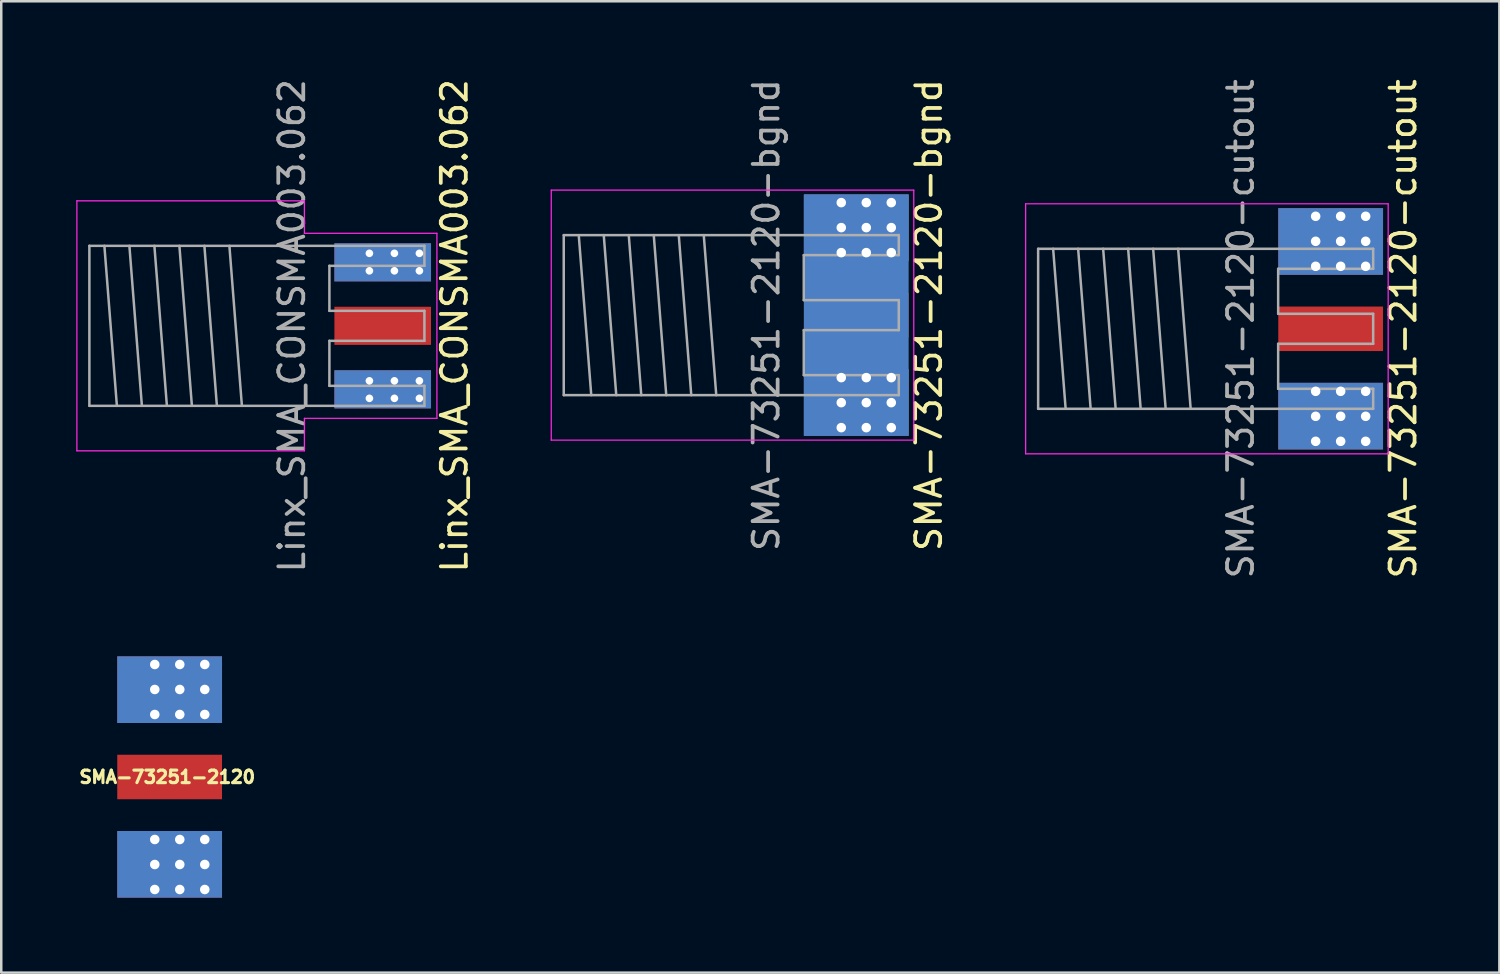
<source format=kicad_pcb>
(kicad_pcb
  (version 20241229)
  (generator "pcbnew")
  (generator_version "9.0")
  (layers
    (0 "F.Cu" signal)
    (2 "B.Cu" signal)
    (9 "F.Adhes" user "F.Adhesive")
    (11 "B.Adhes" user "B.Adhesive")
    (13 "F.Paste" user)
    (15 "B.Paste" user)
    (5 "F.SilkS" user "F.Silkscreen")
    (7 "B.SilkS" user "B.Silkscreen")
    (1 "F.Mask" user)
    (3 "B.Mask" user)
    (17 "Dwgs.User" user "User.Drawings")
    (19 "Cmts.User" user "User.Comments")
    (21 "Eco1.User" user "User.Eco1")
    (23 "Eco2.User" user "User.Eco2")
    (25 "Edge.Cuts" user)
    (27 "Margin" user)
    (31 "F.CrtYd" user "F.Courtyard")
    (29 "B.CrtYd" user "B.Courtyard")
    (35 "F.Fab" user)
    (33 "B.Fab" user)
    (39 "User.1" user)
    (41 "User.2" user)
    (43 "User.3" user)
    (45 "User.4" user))
  (footprint "Linx_SMA_CONSMA003.062"
    (layer "F.Cu")
    (at 10.125 9.982)
    (property "Reference" "Linx_SMA_CONSMA003.062" (at 5 0 90) (layer "F.SilkS") (effects (font (size 1 1) (thickness 0.15))))
    (attr through_hole)
    (fp_line (start -10.1 -5) (end -10.1 5) (stroke (width 0.05) (type solid)) (layer "F.CrtYd"))
    (fp_line (start -10.1 -5) (end -1 -5) (stroke (width 0.05) (type solid)) (layer "F.CrtYd"))
    (fp_line (start -10.1 5) (end -1 5) (stroke (width 0.05) (type solid)) (layer "F.CrtYd"))
    (fp_line (start -1 -5) (end -1 -3.7) (stroke (width 0.05) (type solid)) (layer "F.CrtYd"))
    (fp_line (start -1 3.7) (end 4.3 3.7) (stroke (width 0.05) (type solid)) (layer "F.CrtYd"))
    (fp_line (start -1 5) (end -1 3.7) (stroke (width 0.05) (type solid)) (layer "F.CrtYd"))
    (fp_line (start 4.3 -3.7) (end -1 -3.7) (stroke (width 0.05) (type solid)) (layer "F.CrtYd"))
    (fp_line (start 4.3 3.7) (end 4.3 -3.7) (stroke (width 0.05) (type solid)) (layer "F.CrtYd"))
    (fp_line (start -9.6 -3.2) (end 3.8 -3.2) (stroke (width 0.1) (type solid)) (layer "F.Fab"))
    (fp_line (start -9.6 3.2) (end -9.6 -3.2) (stroke (width 0.1) (type solid)) (layer "F.Fab"))
    (fp_line (start -9.6 3.2) (end 3.8 3.2) (stroke (width 0.1) (type solid)) (layer "F.Fab"))
    (fp_line (start -9 -3.2) (end -8.5 3.2) (stroke (width 0.1) (type solid)) (layer "F.Fab"))
    (fp_line (start -8 -3.2) (end -7.5 3.2) (stroke (width 0.1) (type solid)) (layer "F.Fab"))
    (fp_line (start -7 -3.2) (end -6.5 3.2) (stroke (width 0.1) (type solid)) (layer "F.Fab"))
    (fp_line (start -6 -3.2) (end -5.5 3.2) (stroke (width 0.1) (type solid)) (layer "F.Fab"))
    (fp_line (start -5 -3.2) (end -4.5 3.2) (stroke (width 0.1) (type solid)) (layer "F.Fab"))
    (fp_line (start -4 -3.2) (end -3.5 3.2) (stroke (width 0.1) (type solid)) (layer "F.Fab"))
    (fp_line (start 0 -2.4) (end 3.8 -2.4) (stroke (width 0.1) (type solid)) (layer "F.Fab"))
    (fp_line (start 0 -0.6) (end 0 -2.4) (stroke (width 0.1) (type solid)) (layer "F.Fab"))
    (fp_line (start 0 0.6) (end 3.8 0.6) (stroke (width 0.1) (type solid)) (layer "F.Fab"))
    (fp_line (start 0 2.4) (end 0 0.6) (stroke (width 0.1) (type solid)) (layer "F.Fab"))
    (fp_line (start 3.8 -2.4) (end 3.8 -3.2) (stroke (width 0.1) (type solid)) (layer "F.Fab"))
    (fp_line (start 3.8 -0.6) (end 0 -0.6) (stroke (width 0.1) (type solid)) (layer "F.Fab"))
    (fp_line (start 3.8 0.6) (end 3.8 -0.6) (stroke (width 0.1) (type solid)) (layer "F.Fab"))
    (fp_line (start 3.8 2.4) (end 0 2.4) (stroke (width 0.1) (type solid)) (layer "F.Fab"))
    (fp_line (start 3.8 3.2) (end 3.8 2.4) (stroke (width 0.1) (type solid)) (layer "F.Fab"))
    (fp_text user "${REFERENCE}" (at -1.5 0 90) (layer "F.Fab") (effects (font (size 1 1) (thickness 0.15))))
    (pad "1" connect rect (at 2.132 0) (size 3.864 1.524) (layers "F.Cu" "F.Mask"))
    (pad "2" thru_hole circle (at 1.6 -2.9) (size 0.762 0.762) (drill 0.305) (layers "*.Cu" "*.Mask"))
    (pad "2" thru_hole circle (at 1.6 -2.2) (size 0.762 0.762) (drill 0.305) (layers "*.Cu" "*.Mask"))
    (pad "2" thru_hole circle (at 1.6 2.2) (size 0.762 0.762) (drill 0.305) (layers "*.Cu" "*.Mask"))
    (pad "2" thru_hole circle (at 1.6 2.9) (size 0.762 0.762) (drill 0.305) (layers "*.Cu" "*.Mask"))
    (pad "2" connect rect (at 2.132 -2.54) (size 3.864 1.524) (layers "F.Cu" "F.Mask"))
    (pad "2" connect rect (at 2.132 -2.54) (size 3.864 1.524) (layers "B.Cu" "B.Mask"))
    (pad "2" connect rect (at 2.132 2.54) (size 3.864 1.524) (layers "F.Cu" "F.Mask"))
    (pad "2" connect rect (at 2.132 2.54) (size 3.864 1.524) (layers "B.Cu" "B.Mask"))
    (pad "2" thru_hole circle (at 2.6 -2.9) (size 0.762 0.762) (drill 0.305) (layers "*.Cu" "*.Mask"))
    (pad "2" thru_hole circle (at 2.6 -2.2) (size 0.762 0.762) (drill 0.305) (layers "*.Cu" "*.Mask"))
    (pad "2" thru_hole circle (at 2.6 2.2) (size 0.762 0.762) (drill 0.305) (layers "*.Cu" "*.Mask"))
    (pad "2" thru_hole circle (at 2.6 2.9) (size 0.762 0.762) (drill 0.305) (layers "*.Cu" "*.Mask"))
    (pad "2" thru_hole circle (at 3.6 -2.9) (size 0.762 0.762) (drill 0.305) (layers "*.Cu" "*.Mask"))
    (pad "2" thru_hole circle (at 3.6 -2.2) (size 0.762 0.762) (drill 0.305) (layers "*.Cu" "*.Mask"))
    (pad "2" thru_hole circle (at 3.6 2.2) (size 0.762 0.762) (drill 0.305) (layers "*.Cu" "*.Mask"))
    (pad "2" thru_hole circle (at 3.6 2.9) (size 0.762 0.762) (drill 0.305) (layers "*.Cu" "*.Mask"))
    (zone (net_name "") (layer "F.Cu") (name "SMA keepout") (hatch edge 0.508) (connect_pads) (min_thickness 0.254) (filled_areas_thickness no) (keepout (tracks allowed) (vias not_allowed) (pads allowed) (copperpour not_allowed) (footprints not_allowed)) (placement (enabled no)) (fill) (polygon (pts (xy 14.185 11.752) (xy 10.125 11.752) (xy 10.125 8.212) (xy 14.185 8.212))))
    (zone (net_name "") (layer "In1.Cu") (name "SMA keepout") (hatch edge 0.508) (connect_pads) (min_thickness 0.254) (filled_areas_thickness no) (keepout (tracks not_allowed) (vias not_allowed) (pads not_allowed) (copperpour not_allowed) (footprints not_allowed)) (placement (enabled no)) (fill) (polygon (pts (xy 14.185 11.752) (xy 10.125 11.752) (xy 10.125 8.212) (xy 14.185 8.212)))))
  (footprint "SMA-73251-2120-bgnd"
    (layer "F.Cu")
    (at 29.098 9.554)
    (property "Reference" "SMA-73251-2120-bgnd" (at 5 0 90) (layer "F.SilkS") (effects (font (size 1 1) (thickness 0.15))))
    (attr through_hole)
    (fp_line (start -10.1 -5) (end -10.1 5) (stroke (width 0.05) (type solid)) (layer "F.CrtYd"))
    (fp_line (start -10.1 -5) (end 4.4 -5) (stroke (width 0.05) (type solid)) (layer "F.CrtYd"))
    (fp_line (start -10.1 5) (end 4.4 5) (stroke (width 0.05) (type solid)) (layer "F.CrtYd"))
    (fp_line (start 4.4 5) (end 4.4 -5) (stroke (width 0.05) (type solid)) (layer "F.CrtYd"))
    (fp_line (start -9.6 -3.2) (end 3.8 -3.2) (stroke (width 0.1) (type solid)) (layer "F.Fab"))
    (fp_line (start -9.6 3.2) (end -9.6 -3.2) (stroke (width 0.1) (type solid)) (layer "F.Fab"))
    (fp_line (start -9.6 3.2) (end 3.8 3.2) (stroke (width 0.1) (type solid)) (layer "F.Fab"))
    (fp_line (start -9 -3.2) (end -8.5 3.2) (stroke (width 0.1) (type solid)) (layer "F.Fab"))
    (fp_line (start -8 -3.2) (end -7.5 3.2) (stroke (width 0.1) (type solid)) (layer "F.Fab"))
    (fp_line (start -7 -3.2) (end -6.5 3.2) (stroke (width 0.1) (type solid)) (layer "F.Fab"))
    (fp_line (start -6 -3.2) (end -5.5 3.2) (stroke (width 0.1) (type solid)) (layer "F.Fab"))
    (fp_line (start -5 -3.2) (end -4.5 3.2) (stroke (width 0.1) (type solid)) (layer "F.Fab"))
    (fp_line (start -4 -3.2) (end -3.5 3.2) (stroke (width 0.1) (type solid)) (layer "F.Fab"))
    (fp_line (start 0 -2.4) (end 3.8 -2.4) (stroke (width 0.1) (type solid)) (layer "F.Fab"))
    (fp_line (start 0 -0.6) (end 0 -2.4) (stroke (width 0.1) (type solid)) (layer "F.Fab"))
    (fp_line (start 0 0.6) (end 3.8 0.6) (stroke (width 0.1) (type solid)) (layer "F.Fab"))
    (fp_line (start 0 2.4) (end 0 0.6) (stroke (width 0.1) (type solid)) (layer "F.Fab"))
    (fp_line (start 3.8 -2.4) (end 3.8 -3.2) (stroke (width 0.1) (type solid)) (layer "F.Fab"))
    (fp_line (start 3.8 -0.6) (end 0 -0.6) (stroke (width 0.1) (type solid)) (layer "F.Fab"))
    (fp_line (start 3.8 0.6) (end 3.8 -0.6) (stroke (width 0.1) (type solid)) (layer "F.Fab"))
    (fp_line (start 3.8 2.4) (end 0 2.4) (stroke (width 0.1) (type solid)) (layer "F.Fab"))
    (fp_line (start 3.8 3.2) (end 3.8 2.4) (stroke (width 0.1) (type solid)) (layer "F.Fab"))
    (fp_text user "${REFERENCE}" (at -1.5 0 90) (layer "F.Fab") (effects (font (size 1 1) (thickness 0.15))))
    (pad "1" smd rect (at 2.1 0) (size 4.19 1.78) (layers "F.Cu" "F.Mask"))
    (pad "2" thru_hole circle (at 1.5 -4.5) (size 0.6 0.6) (drill 0.381) (layers "*.Cu"))
    (pad "2" thru_hole circle (at 1.5 -3.5) (size 0.6 0.6) (drill 0.381) (layers "*.Cu"))
    (pad "2" thru_hole circle (at 1.5 -2.5) (size 0.6 0.6) (drill 0.381) (layers "*.Cu"))
    (pad "2" thru_hole circle (at 1.5 2.5) (size 0.6 0.6) (drill 0.381) (layers "*.Cu"))
    (pad "2" thru_hole circle (at 1.5 3.5) (size 0.6 0.6) (drill 0.381) (layers "*.Cu"))
    (pad "2" thru_hole circle (at 1.5 4.5) (size 0.6 0.6) (drill 0.381) (layers "*.Cu"))
    (pad "2" smd rect (at 2.1 -3.493) (size 4.19 2.665) (layers "F.Cu" "F.Mask"))
    (pad "2" smd rect (at 2.1 -3.493) (size 4.19 2.665) (layers "B.Cu" "B.Mask"))
    (pad "2" smd rect (at 2.1 0) (size 4.19 9.65) (layers "B.Cu"))
    (pad "2" smd rect (at 2.1 3.493) (size 4.19 2.665) (layers "F.Cu" "F.Mask"))
    (pad "2" smd rect (at 2.1 3.493) (size 4.19 2.665) (layers "B.Cu" "B.Mask"))
    (pad "2" thru_hole circle (at 2.5 -4.5) (size 0.6 0.6) (drill 0.381) (layers "*.Cu"))
    (pad "2" thru_hole circle (at 2.5 -3.5) (size 0.6 0.6) (drill 0.381) (layers "*.Cu"))
    (pad "2" thru_hole circle (at 2.5 -2.5) (size 0.6 0.6) (drill 0.381) (layers "*.Cu"))
    (pad "2" thru_hole circle (at 2.5 2.5) (size 0.6 0.6) (drill 0.381) (layers "*.Cu"))
    (pad "2" thru_hole circle (at 2.5 3.5) (size 0.6 0.6) (drill 0.381) (layers "*.Cu"))
    (pad "2" thru_hole circle (at 2.5 4.5) (size 0.6 0.6) (drill 0.381) (layers "*.Cu"))
    (pad "2" thru_hole circle (at 3.5 -4.5) (size 0.6 0.6) (drill 0.381) (layers "*.Cu"))
    (pad "2" thru_hole circle (at 3.5 -3.5) (size 0.6 0.6) (drill 0.381) (layers "*.Cu"))
    (pad "2" thru_hole circle (at 3.5 -2.5) (size 0.6 0.6) (drill 0.381) (layers "*.Cu"))
    (pad "2" thru_hole circle (at 3.5 2.5) (size 0.6 0.6) (drill 0.381) (layers "*.Cu"))
    (pad "2" thru_hole circle (at 3.5 3.5) (size 0.6 0.6) (drill 0.381) (layers "*.Cu"))
    (pad "2" thru_hole circle (at 3.5 4.5) (size 0.6 0.6) (drill 0.381) (layers "*.Cu"))
    (zone (net_name "") (layer "In1.Cu") (name "SMA keepout") (hatch edge 0.508) (connect_pads) (min_thickness 0.254) (filled_areas_thickness no) (keepout (tracks not_allowed) (vias not_allowed) (pads not_allowed) (copperpour not_allowed) (footprints not_allowed)) (placement (enabled no)) (fill) (polygon (pts (xy 33.293 11.714) (xy 29.098 11.714) (xy 29.098 7.394) (xy 33.293 7.394)))))
  (footprint "SMA-73251-2120"
    (layer "F.Cu")
    (at 1.64 28.027)
    (property "Reference" "SMA-73251-2120" (at 1.999 0 0) (layer "F.SilkS") (effects (font (size 0.5 0.5) (thickness 0.124))))
    (attr through_hole)
    (pad "1" smd rect (at 2.095 0) (size 4.19 1.78) (layers "F.Cu" "F.Mask"))
    (pad "2" thru_hole circle (at 1.5 -4.5) (size 0.6 0.6) (drill 0.381) (layers "*.Cu"))
    (pad "2" thru_hole circle (at 1.5 -3.5) (size 0.6 0.6) (drill 0.381) (layers "*.Cu"))
    (pad "2" thru_hole circle (at 1.5 -2.5) (size 0.6 0.6) (drill 0.381) (layers "*.Cu"))
    (pad "2" thru_hole circle (at 1.5 2.5) (size 0.6 0.6) (drill 0.381) (layers "*.Cu"))
    (pad "2" thru_hole circle (at 1.5 3.5) (size 0.6 0.6) (drill 0.381) (layers "*.Cu"))
    (pad "2" thru_hole circle (at 1.5 4.5) (size 0.6 0.6) (drill 0.381) (layers "*.Cu"))
    (pad "2" smd rect (at 2.095 -3.493) (size 4.19 2.665) (layers "F.Cu" "F.Mask"))
    (pad "2" smd rect (at 2.095 -3.493) (size 4.19 2.665) (layers "B.Cu" "B.Mask"))
    (pad "2" smd rect (at 2.095 3.493) (size 4.19 2.665) (layers "F.Cu" "F.Mask"))
    (pad "2" smd rect (at 2.095 3.493) (size 4.19 2.665) (layers "B.Cu" "B.Mask"))
    (pad "2" thru_hole circle (at 2.5 -4.5) (size 0.6 0.6) (drill 0.381) (layers "*.Cu"))
    (pad "2" thru_hole circle (at 2.5 -3.5) (size 0.6 0.6) (drill 0.381) (layers "*.Cu"))
    (pad "2" thru_hole circle (at 2.5 -2.5) (size 0.6 0.6) (drill 0.381) (layers "*.Cu"))
    (pad "2" thru_hole circle (at 2.5 2.5) (size 0.6 0.6) (drill 0.381) (layers "*.Cu"))
    (pad "2" thru_hole circle (at 2.5 3.5) (size 0.6 0.6) (drill 0.381) (layers "*.Cu"))
    (pad "2" thru_hole circle (at 2.5 4.5) (size 0.6 0.6) (drill 0.381) (layers "*.Cu"))
    (pad "2" thru_hole circle (at 3.5 -4.5) (size 0.6 0.6) (drill 0.381) (layers "*.Cu"))
    (pad "2" thru_hole circle (at 3.5 -3.5) (size 0.6 0.6) (drill 0.381) (layers "*.Cu"))
    (pad "2" thru_hole circle (at 3.5 -2.5) (size 0.6 0.6) (drill 0.381) (layers "*.Cu"))
    (pad "2" thru_hole circle (at 3.5 2.5) (size 0.6 0.6) (drill 0.381) (layers "*.Cu"))
    (pad "2" thru_hole circle (at 3.5 3.5) (size 0.6 0.6) (drill 0.381) (layers "*.Cu"))
    (pad "2" thru_hole circle (at 3.5 4.5) (size 0.6 0.6) (drill 0.381) (layers "*.Cu")))
  (footprint "SMA-73251-2120-cutout"
    (layer "F.Cu")
    (at 48.072 10.101)
    (property "Reference" "SMA-73251-2120-cutout" (at 5 0 90) (layer "F.SilkS") (effects (font (size 1 1) (thickness 0.15))))
    (attr through_hole)
    (fp_line (start -10.1 -5) (end -10.1 5) (stroke (width 0.05) (type solid)) (layer "F.CrtYd"))
    (fp_line (start -10.1 -5) (end 4.4 -5) (stroke (width 0.05) (type solid)) (layer "F.CrtYd"))
    (fp_line (start -10.1 5) (end 4.4 5) (stroke (width 0.05) (type solid)) (layer "F.CrtYd"))
    (fp_line (start 4.4 5) (end 4.4 -5) (stroke (width 0.05) (type solid)) (layer "F.CrtYd"))
    (fp_line (start -9.6 -3.2) (end 3.8 -3.2) (stroke (width 0.1) (type solid)) (layer "F.Fab"))
    (fp_line (start -9.6 3.2) (end -9.6 -3.2) (stroke (width 0.1) (type solid)) (layer "F.Fab"))
    (fp_line (start -9.6 3.2) (end 3.8 3.2) (stroke (width 0.1) (type solid)) (layer "F.Fab"))
    (fp_line (start -9 -3.2) (end -8.5 3.2) (stroke (width 0.1) (type solid)) (layer "F.Fab"))
    (fp_line (start -8 -3.2) (end -7.5 3.2) (stroke (width 0.1) (type solid)) (layer "F.Fab"))
    (fp_line (start -7 -3.2) (end -6.5 3.2) (stroke (width 0.1) (type solid)) (layer "F.Fab"))
    (fp_line (start -6 -3.2) (end -5.5 3.2) (stroke (width 0.1) (type solid)) (layer "F.Fab"))
    (fp_line (start -5 -3.2) (end -4.5 3.2) (stroke (width 0.1) (type solid)) (layer "F.Fab"))
    (fp_line (start -4 -3.2) (end -3.5 3.2) (stroke (width 0.1) (type solid)) (layer "F.Fab"))
    (fp_line (start 0 -2.4) (end 3.8 -2.4) (stroke (width 0.1) (type solid)) (layer "F.Fab"))
    (fp_line (start 0 -0.6) (end 0 -2.4) (stroke (width 0.1) (type solid)) (layer "F.Fab"))
    (fp_line (start 0 0.6) (end 3.8 0.6) (stroke (width 0.1) (type solid)) (layer "F.Fab"))
    (fp_line (start 0 2.4) (end 0 0.6) (stroke (width 0.1) (type solid)) (layer "F.Fab"))
    (fp_line (start 3.8 -2.4) (end 3.8 -3.2) (stroke (width 0.1) (type solid)) (layer "F.Fab"))
    (fp_line (start 3.8 -0.6) (end 0 -0.6) (stroke (width 0.1) (type solid)) (layer "F.Fab"))
    (fp_line (start 3.8 0.6) (end 3.8 -0.6) (stroke (width 0.1) (type solid)) (layer "F.Fab"))
    (fp_line (start 3.8 2.4) (end 0 2.4) (stroke (width 0.1) (type solid)) (layer "F.Fab"))
    (fp_line (start 3.8 3.2) (end 3.8 2.4) (stroke (width 0.1) (type solid)) (layer "F.Fab"))
    (fp_text user "${REFERENCE}" (at -1.5 0 90) (layer "F.Fab") (effects (font (size 1 1) (thickness 0.15))))
    (pad "1" smd rect (at 2.1 0) (size 4.19 1.78) (layers "F.Cu" "F.Mask"))
    (pad "2" thru_hole circle (at 1.5 -4.5) (size 0.6 0.6) (drill 0.381) (layers "*.Cu"))
    (pad "2" thru_hole circle (at 1.5 -3.5) (size 0.6 0.6) (drill 0.381) (layers "*.Cu"))
    (pad "2" thru_hole circle (at 1.5 -2.5) (size 0.6 0.6) (drill 0.381) (layers "*.Cu"))
    (pad "2" thru_hole circle (at 1.5 2.5) (size 0.6 0.6) (drill 0.381) (layers "*.Cu"))
    (pad "2" thru_hole circle (at 1.5 3.5) (size 0.6 0.6) (drill 0.381) (layers "*.Cu"))
    (pad "2" thru_hole circle (at 1.5 4.5) (size 0.6 0.6) (drill 0.381) (layers "*.Cu"))
    (pad "2" smd rect (at 2.1 -3.493) (size 4.19 2.665) (layers "F.Cu" "F.Mask"))
    (pad "2" smd rect (at 2.1 -3.493) (size 4.19 2.665) (layers "B.Cu" "B.Mask"))
    (pad "2" smd rect (at 2.1 3.493) (size 4.19 2.665) (layers "F.Cu" "F.Mask"))
    (pad "2" smd rect (at 2.1 3.493) (size 4.19 2.665) (layers "B.Cu" "B.Mask"))
    (pad "2" thru_hole circle (at 2.5 -4.5) (size 0.6 0.6) (drill 0.381) (layers "*.Cu"))
    (pad "2" thru_hole circle (at 2.5 -3.5) (size 0.6 0.6) (drill 0.381) (layers "*.Cu"))
    (pad "2" thru_hole circle (at 2.5 -2.5) (size 0.6 0.6) (drill 0.381) (layers "*.Cu"))
    (pad "2" thru_hole circle (at 2.5 2.5) (size 0.6 0.6) (drill 0.381) (layers "*.Cu"))
    (pad "2" thru_hole circle (at 2.5 3.5) (size 0.6 0.6) (drill 0.381) (layers "*.Cu"))
    (pad "2" thru_hole circle (at 2.5 4.5) (size 0.6 0.6) (drill 0.381) (layers "*.Cu"))
    (pad "2" thru_hole circle (at 3.5 -4.5) (size 0.6 0.6) (drill 0.381) (layers "*.Cu"))
    (pad "2" thru_hole circle (at 3.5 -3.5) (size 0.6 0.6) (drill 0.381) (layers "*.Cu"))
    (pad "2" thru_hole circle (at 3.5 -2.5) (size 0.6 0.6) (drill 0.381) (layers "*.Cu"))
    (pad "2" thru_hole circle (at 3.5 2.5) (size 0.6 0.6) (drill 0.381) (layers "*.Cu"))
    (pad "2" thru_hole circle (at 3.5 3.5) (size 0.6 0.6) (drill 0.381) (layers "*.Cu"))
    (pad "2" thru_hole circle (at 3.5 4.5) (size 0.6 0.6) (drill 0.381) (layers "*.Cu"))
    (zone (net_name "") (layer "In1.Cu") (name "SMA keepout") (hatch edge 0.508) (connect_pads) (min_thickness 0.254) (filled_areas_thickness no) (keepout (tracks not_allowed) (vias not_allowed) (pads not_allowed) (copperpour not_allowed) (footprints not_allowed)) (placement (enabled no)) (fill) (polygon (pts (xy 52.267 12.261) (xy 48.072 12.261) (xy 48.072 7.941) (xy 52.267 7.941)))))
  (gr_rect
    (start -3 -3)
    (end 56.92 35.852)
    (stroke (width 0.1) (type default))
    (fill no)
    (layer "Edge.Cuts")))
</source>
